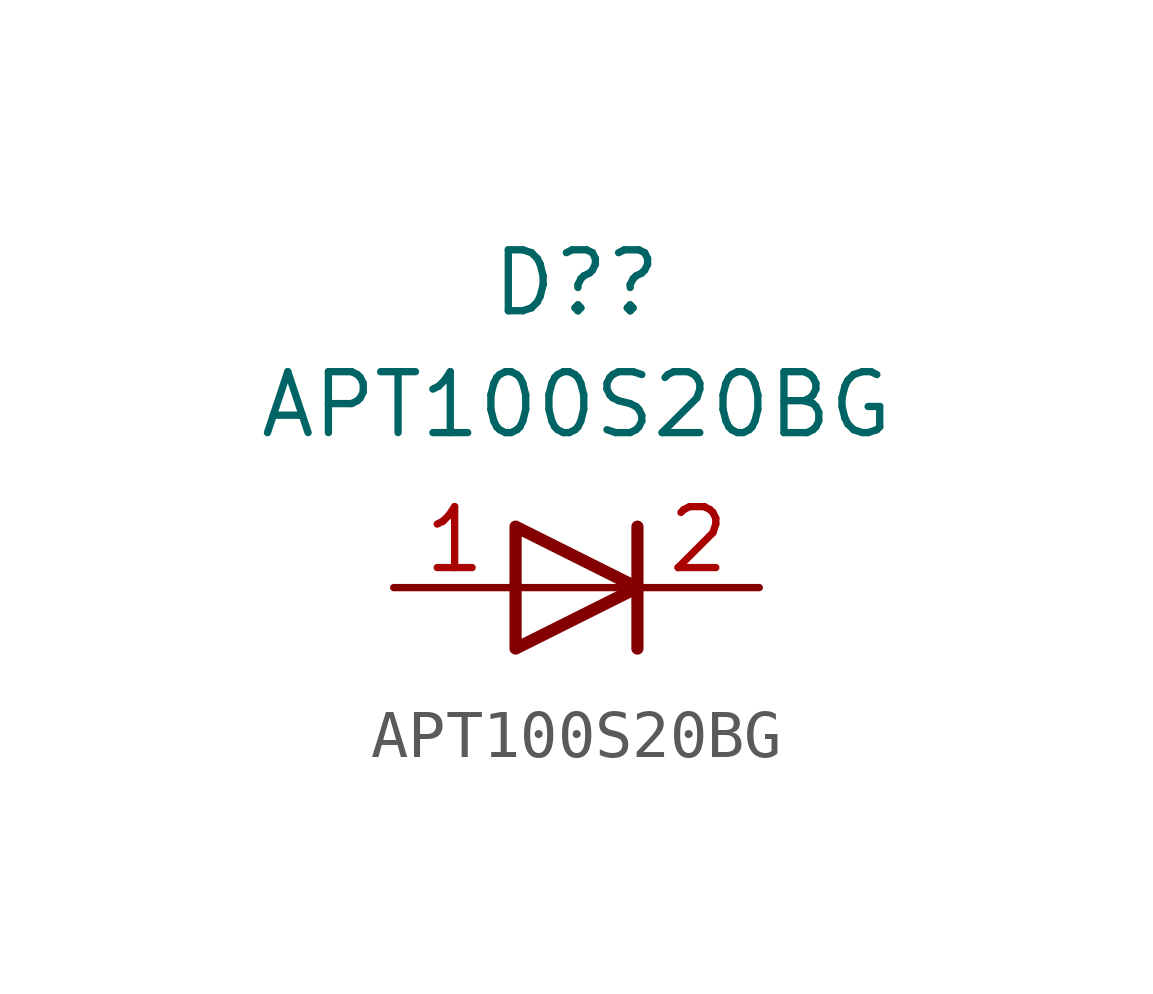
<source format=kicad_sym>
(kicad_symbol_lib
  (version 20211014)
  (generator kicad_symbol_editor)
  (symbol "APT100S20BG"
    (property "Reference" "D?"
      (at 0 0 0)
      (effects (font (size 1.27 1.27))))
    (property "Value" "APT100S20BG"
      (at 0 -2.54 0)
      (effects (font (size 1.27 1.27))))
    (symbol "APT100S20BG_0_1"
      (polyline (pts (xy -1.27 -6.35) (xy 1.27 -6.35)) (stroke (width 0) (type default) (color 0 0 0 0)) (fill (type none)))
      (polyline (pts (xy 1.27 -7.62) (xy 1.27 -5.08)) (stroke (width 0.254) (type default) (color 0 0 0 0)) (fill (type none)))
      (polyline (pts (xy -1.27 -7.62) (xy -1.27 -5.08) (xy 1.27 -6.35) (xy -1.27 -7.62)) (stroke (width 0.254) (type default) (color 0 0 0 0)) (fill (type none))))
    (symbol "APT100S20BG_1_1"
      (pin input line (at -3.81 -6.35 0) (length 2.54) (name "" (effects (font (size 1.27 1.27)))) (number "1" (effects (font (size 1.27 1.27)))))
      (pin output line (at 3.81 -6.35 180) (length 2.54) (name "" (effects (font (size 1.27 1.27)))) (number "2" (effects (font (size 1.27 1.27))))))))
</source>
